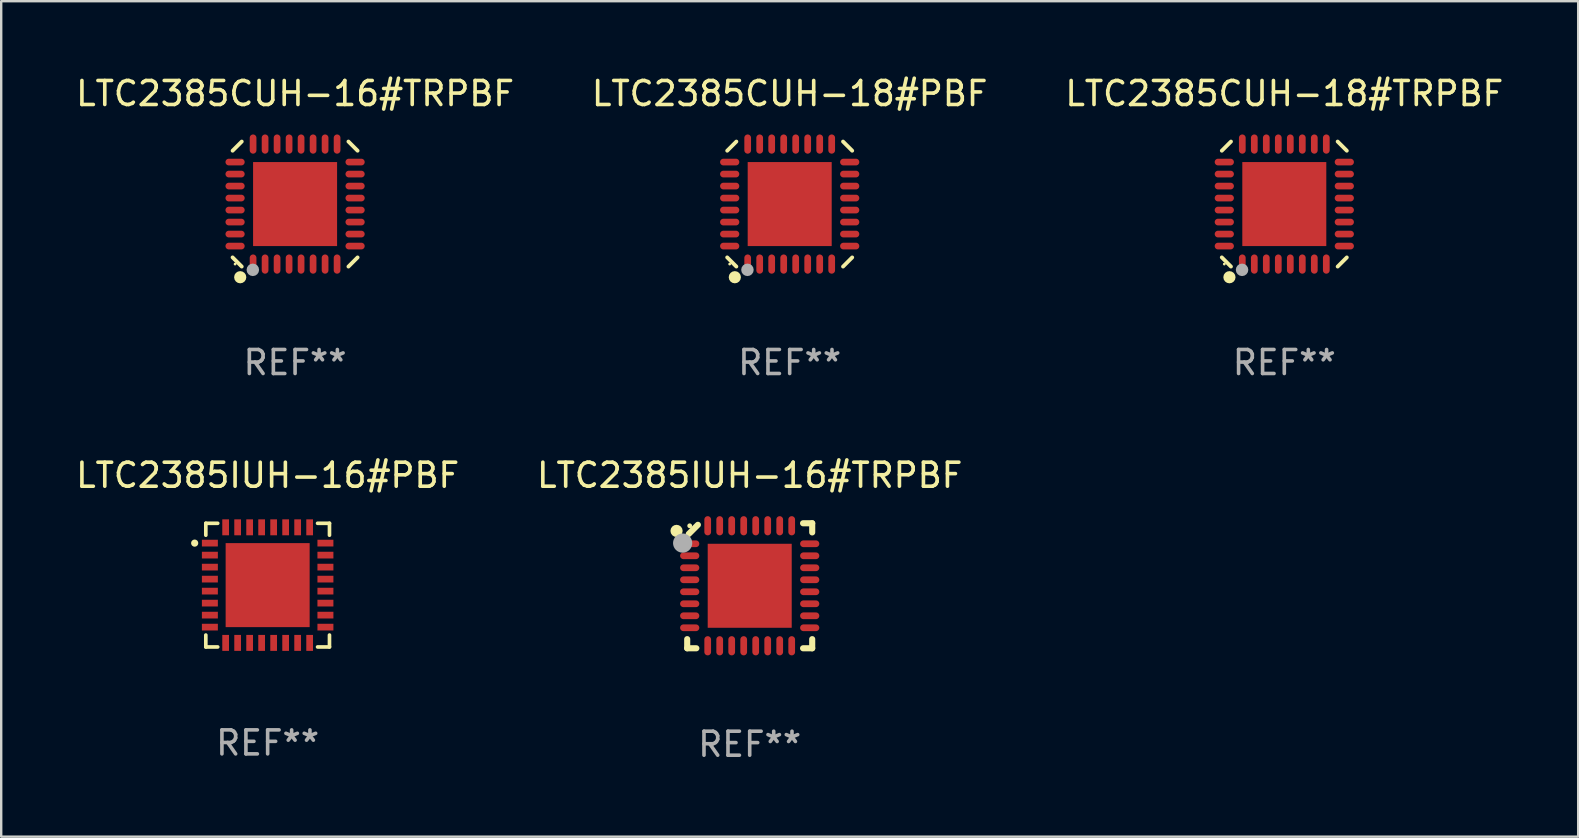
<source format=kicad_pcb>
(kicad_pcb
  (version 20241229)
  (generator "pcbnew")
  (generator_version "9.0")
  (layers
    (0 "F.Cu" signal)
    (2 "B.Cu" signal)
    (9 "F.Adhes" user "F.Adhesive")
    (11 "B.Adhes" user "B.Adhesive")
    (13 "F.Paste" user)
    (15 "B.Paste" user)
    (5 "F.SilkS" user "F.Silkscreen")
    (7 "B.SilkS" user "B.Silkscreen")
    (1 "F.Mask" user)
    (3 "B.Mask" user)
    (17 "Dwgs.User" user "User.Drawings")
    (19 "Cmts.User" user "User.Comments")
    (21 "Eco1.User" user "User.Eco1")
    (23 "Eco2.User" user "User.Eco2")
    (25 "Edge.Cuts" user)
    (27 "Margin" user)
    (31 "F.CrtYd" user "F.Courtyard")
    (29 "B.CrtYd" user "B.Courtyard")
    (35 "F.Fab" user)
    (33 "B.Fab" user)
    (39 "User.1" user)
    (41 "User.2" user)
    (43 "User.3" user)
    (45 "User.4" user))
  (footprint "LTC2385CUH-18#TRPBF"
    (layer "F.Cu")
    (at 50.458 5.452)
    (property "Reference" "LTC2385CUH-18#TRPBF" (at 0 -4.604 0) (layer "F.SilkS") (effects (font (size 1 1) (thickness 0.15))))
    (attr through_hole)
    (fp_line (start -2.223 2.603) (end -2.604 2.222) (stroke (width 0.16) (type solid)) (layer "F.SilkS"))
    (fp_line (start -2.222 -2.604) (end -2.603 -2.223) (stroke (width 0.16) (type solid)) (layer "F.SilkS"))
    (fp_line (start 2.223 -2.604) (end 2.604 -2.223) (stroke (width 0.16) (type solid)) (layer "F.SilkS"))
    (fp_line (start 2.604 2.223) (end 2.223 2.604) (stroke (width 0.16) (type solid)) (layer "F.SilkS"))
    (fp_circle (center -2.5 2.5) (end -2.47 2.5) (stroke (width 0.06) (type solid)) (fill no) (layer "F.SilkS"))
    (fp_circle (center -2.286 3.048) (end -2.159 3.048) (stroke (width 0.254) (type solid)) (fill no) (layer "F.SilkS"))
    (fp_circle (center -1.76 2.74) (end -1.63 2.74) (stroke (width 0.26) (type solid)) (fill no) (layer "F.Fab"))
    (fp_text user "REF**" (at 0 6.604 0) (layer "F.Fab") (effects (font (size 1 1) (thickness 0.15))))
    (pad "1" smd oval (at -1.75 2.5) (size 0.28 0.8) (layers "F.Cu" "F.Mask" "F.Paste"))
    (pad "2" smd oval (at -1.25 2.5) (size 0.28 0.8) (layers "F.Cu" "F.Mask" "F.Paste"))
    (pad "3" smd oval (at -0.75 2.5) (size 0.28 0.8) (layers "F.Cu" "F.Mask" "F.Paste"))
    (pad "4" smd oval (at -0.25 2.5) (size 0.28 0.8) (layers "F.Cu" "F.Mask" "F.Paste"))
    (pad "5" smd oval (at 0.25 2.5) (size 0.28 0.8) (layers "F.Cu" "F.Mask" "F.Paste"))
    (pad "6" smd oval (at 0.75 2.5) (size 0.28 0.8) (layers "F.Cu" "F.Mask" "F.Paste"))
    (pad "7" smd oval (at 1.25 2.5) (size 0.28 0.8) (layers "F.Cu" "F.Mask" "F.Paste"))
    (pad "8" smd oval (at 1.75 2.5) (size 0.28 0.8) (layers "F.Cu" "F.Mask" "F.Paste"))
    (pad "9" smd oval (at 2.5 1.75) (size 0.8 0.28) (layers "F.Cu" "F.Mask" "F.Paste"))
    (pad "10" smd oval (at 2.5 1.25) (size 0.8 0.28) (layers "F.Cu" "F.Mask" "F.Paste"))
    (pad "11" smd oval (at 2.5 0.75) (size 0.8 0.28) (layers "F.Cu" "F.Mask" "F.Paste"))
    (pad "12" smd oval (at 2.5 0.25) (size 0.8 0.28) (layers "F.Cu" "F.Mask" "F.Paste"))
    (pad "13" smd oval (at 2.5 -0.25) (size 0.8 0.28) (layers "F.Cu" "F.Mask" "F.Paste"))
    (pad "14" smd oval (at 2.5 -0.75) (size 0.8 0.28) (layers "F.Cu" "F.Mask" "F.Paste"))
    (pad "15" smd oval (at 2.5 -1.25) (size 0.8 0.28) (layers "F.Cu" "F.Mask" "F.Paste"))
    (pad "16" smd oval (at 2.5 -1.75) (size 0.8 0.28) (layers "F.Cu" "F.Mask" "F.Paste"))
    (pad "17" smd oval (at 1.75 -2.5) (size 0.28 0.8) (layers "F.Cu" "F.Mask" "F.Paste"))
    (pad "18" smd oval (at 1.25 -2.5) (size 0.28 0.8) (layers "F.Cu" "F.Mask" "F.Paste"))
    (pad "19" smd oval (at 0.75 -2.5) (size 0.28 0.8) (layers "F.Cu" "F.Mask" "F.Paste"))
    (pad "20" smd oval (at 0.25 -2.5) (size 0.28 0.8) (layers "F.Cu" "F.Mask" "F.Paste"))
    (pad "21" smd oval (at -0.25 -2.5) (size 0.28 0.8) (layers "F.Cu" "F.Mask" "F.Paste"))
    (pad "22" smd oval (at -0.75 -2.5) (size 0.28 0.8) (layers "F.Cu" "F.Mask" "F.Paste"))
    (pad "23" smd oval (at -1.25 -2.5) (size 0.28 0.8) (layers "F.Cu" "F.Mask" "F.Paste"))
    (pad "24" smd oval (at -1.75 -2.5) (size 0.28 0.8) (layers "F.Cu" "F.Mask" "F.Paste"))
    (pad "25" smd oval (at -2.5 -1.75) (size 0.8 0.28) (layers "F.Cu" "F.Mask" "F.Paste"))
    (pad "26" smd oval (at -2.5 -1.25) (size 0.8 0.28) (layers "F.Cu" "F.Mask" "F.Paste"))
    (pad "27" smd oval (at -2.5 -0.75) (size 0.8 0.28) (layers "F.Cu" "F.Mask" "F.Paste"))
    (pad "28" smd oval (at -2.5 -0.25) (size 0.8 0.28) (layers "F.Cu" "F.Mask" "F.Paste"))
    (pad "29" smd oval (at -2.5 0.25) (size 0.8 0.28) (layers "F.Cu" "F.Mask" "F.Paste"))
    (pad "30" smd oval (at -2.5 0.75) (size 0.8 0.28) (layers "F.Cu" "F.Mask" "F.Paste"))
    (pad "31" smd oval (at -2.5 1.25) (size 0.8 0.28) (layers "F.Cu" "F.Mask" "F.Paste"))
    (pad "32" smd oval (at -2.5 1.75) (size 0.8 0.28) (layers "F.Cu" "F.Mask" "F.Paste"))
    (pad "33" smd rect (at 0.000038 -0.000025) (size 3.5 3.5) (layers "F.Cu" "F.Mask" "F.Paste")))
  (footprint "LTC2385IUH-16#TRPBF"
    (layer "F.Cu")
    (at 28.185 21.355)
    (property "Reference" "LTC2385IUH-16#TRPBF" (at 0 -4.604 0) (layer "F.SilkS") (effects (font (size 1 1) (thickness 0.15))))
    (attr through_hole)
    (fp_line (start -2.604 2.223) (end -2.604 2.604) (stroke (width 0.254) (type solid)) (layer "F.SilkS"))
    (fp_line (start -2.604 2.604) (end -2.223 2.604) (stroke (width 0.254) (type solid)) (layer "F.SilkS"))
    (fp_line (start -2.159 -2.54) (end -2.54 -2.159) (stroke (width 0.254) (type solid)) (layer "F.SilkS"))
    (fp_line (start 2.223 2.604) (end 2.604 2.604) (stroke (width 0.254) (type solid)) (layer "F.SilkS"))
    (fp_line (start 2.604 -2.604) (end 2.223 -2.604) (stroke (width 0.254) (type solid)) (layer "F.SilkS"))
    (fp_line (start 2.604 -2.223) (end 2.604 -2.604) (stroke (width 0.254) (type solid)) (layer "F.SilkS"))
    (fp_line (start 2.604 2.604) (end 2.604 2.223) (stroke (width 0.254) (type solid)) (layer "F.SilkS"))
    (fp_circle (center -3.048 -2.286) (end -2.921 -2.286) (stroke (width 0.254) (type solid)) (fill no) (layer "F.SilkS"))
    (fp_circle (center -2.5 -2.5) (end -2.45 -2.5) (stroke (width 0.1) (type solid)) (fill no) (layer "F.SilkS"))
    (fp_circle (center -2.794 -1.778) (end -2.594 -1.778) (stroke (width 0.4) (type solid)) (fill no) (layer "F.Fab"))
    (fp_text user "REF**" (at 0 6.604 0) (layer "F.Fab") (effects (font (size 1 1) (thickness 0.15))))
    (pad "1" smd oval (at -2.5 -1.75) (size 0.8 0.28) (layers "F.Cu" "F.Mask" "F.Paste"))
    (pad "2" smd oval (at -2.5 -1.25) (size 0.8 0.28) (layers "F.Cu" "F.Mask" "F.Paste"))
    (pad "3" smd oval (at -2.5 -0.75) (size 0.8 0.28) (layers "F.Cu" "F.Mask" "F.Paste"))
    (pad "4" smd oval (at -2.5 -0.25) (size 0.8 0.28) (layers "F.Cu" "F.Mask" "F.Paste"))
    (pad "5" smd oval (at -2.5 0.25) (size 0.8 0.28) (layers "F.Cu" "F.Mask" "F.Paste"))
    (pad "6" smd oval (at -2.5 0.75) (size 0.8 0.28) (layers "F.Cu" "F.Mask" "F.Paste"))
    (pad "7" smd oval (at -2.5 1.25) (size 0.8 0.28) (layers "F.Cu" "F.Mask" "F.Paste"))
    (pad "8" smd oval (at -2.5 1.75) (size 0.8 0.28) (layers "F.Cu" "F.Mask" "F.Paste"))
    (pad "9" smd oval (at -1.75 2.5) (size 0.28 0.8) (layers "F.Cu" "F.Mask" "F.Paste"))
    (pad "10" smd oval (at -1.25 2.5) (size 0.28 0.8) (layers "F.Cu" "F.Mask" "F.Paste"))
    (pad "11" smd oval (at -0.75 2.5) (size 0.28 0.8) (layers "F.Cu" "F.Mask" "F.Paste"))
    (pad "12" smd oval (at -0.25 2.5) (size 0.28 0.8) (layers "F.Cu" "F.Mask" "F.Paste"))
    (pad "13" smd oval (at 0.25 2.5) (size 0.28 0.8) (layers "F.Cu" "F.Mask" "F.Paste"))
    (pad "14" smd oval (at 0.75 2.5) (size 0.28 0.8) (layers "F.Cu" "F.Mask" "F.Paste"))
    (pad "15" smd oval (at 1.25 2.5) (size 0.28 0.8) (layers "F.Cu" "F.Mask" "F.Paste"))
    (pad "16" smd oval (at 1.75 2.5) (size 0.28 0.8) (layers "F.Cu" "F.Mask" "F.Paste"))
    (pad "17" smd oval (at 2.5 1.75) (size 0.8 0.28) (layers "F.Cu" "F.Mask" "F.Paste"))
    (pad "18" smd oval (at 2.5 1.25) (size 0.8 0.28) (layers "F.Cu" "F.Mask" "F.Paste"))
    (pad "19" smd oval (at 2.5 0.75) (size 0.8 0.28) (layers "F.Cu" "F.Mask" "F.Paste"))
    (pad "20" smd oval (at 2.5 0.25) (size 0.8 0.28) (layers "F.Cu" "F.Mask" "F.Paste"))
    (pad "21" smd oval (at 2.5 -0.25) (size 0.8 0.28) (layers "F.Cu" "F.Mask" "F.Paste"))
    (pad "22" smd oval (at 2.5 -0.75) (size 0.8 0.28) (layers "F.Cu" "F.Mask" "F.Paste"))
    (pad "23" smd oval (at 2.5 -1.25) (size 0.8 0.28) (layers "F.Cu" "F.Mask" "F.Paste"))
    (pad "24" smd oval (at 2.5 -1.75) (size 0.8 0.28) (layers "F.Cu" "F.Mask" "F.Paste"))
    (pad "25" smd oval (at 1.75 -2.5) (size 0.28 0.8) (layers "F.Cu" "F.Mask" "F.Paste"))
    (pad "26" smd oval (at 1.25 -2.5) (size 0.28 0.8) (layers "F.Cu" "F.Mask" "F.Paste"))
    (pad "27" smd oval (at 0.75 -2.5) (size 0.28 0.8) (layers "F.Cu" "F.Mask" "F.Paste"))
    (pad "28" smd oval (at 0.25 -2.5) (size 0.28 0.8) (layers "F.Cu" "F.Mask" "F.Paste"))
    (pad "29" smd oval (at -0.25 -2.5) (size 0.28 0.8) (layers "F.Cu" "F.Mask" "F.Paste"))
    (pad "30" smd oval (at -0.75 -2.5) (size 0.28 0.8) (layers "F.Cu" "F.Mask" "F.Paste"))
    (pad "31" smd oval (at -1.25 -2.5) (size 0.28 0.8) (layers "F.Cu" "F.Mask" "F.Paste"))
    (pad "32" smd oval (at -1.75 -2.5) (size 0.28 0.8) (layers "F.Cu" "F.Mask" "F.Paste"))
    (pad "33" smd rect (at 0.000076 0.000076) (size 3.5 3.5) (layers "F.Cu" "F.Mask" "F.Paste")))
  (footprint "LTC2385IUH-16#PBF"
    (layer "F.Cu")
    (at 8.101 21.328)
    (property "Reference" "LTC2385IUH-16#PBF" (at 0 -4.576 0) (layer "F.SilkS") (effects (font (size 1 1) (thickness 0.15))))
    (attr through_hole)
    (fp_line (start -2.576 -2.576) (end -2.576 -2.08) (stroke (width 0.152) (type solid)) (layer "F.SilkS"))
    (fp_line (start -2.576 2.576) (end -2.576 2.08) (stroke (width 0.152) (type solid)) (layer "F.SilkS"))
    (fp_line (start -2.08 -2.576) (end -2.576 -2.576) (stroke (width 0.152) (type solid)) (layer "F.SilkS"))
    (fp_line (start -2.08 2.576) (end -2.576 2.576) (stroke (width 0.152) (type solid)) (layer "F.SilkS"))
    (fp_line (start 2.08 -2.576) (end 2.576 -2.576) (stroke (width 0.152) (type solid)) (layer "F.SilkS"))
    (fp_line (start 2.08 2.576) (end 2.576 2.576) (stroke (width 0.152) (type solid)) (layer "F.SilkS"))
    (fp_line (start 2.576 -2.576) (end 2.576 -2.08) (stroke (width 0.152) (type solid)) (layer "F.SilkS"))
    (fp_line (start 2.576 2.576) (end 2.576 2.08) (stroke (width 0.152) (type solid)) (layer "F.SilkS"))
    (fp_circle (center -3.04 -1.75) (end -2.965 -1.75) (stroke (width 0.15) (type solid)) (fill no) (layer "F.SilkS"))
    (fp_text user "REF**" (at 0 6.576 0) (layer "F.Fab") (effects (font (size 1 1) (thickness 0.15))))
    (pad "1" smd rect (at -2.407 -1.75) (size 0.665 0.28) (layers "F.Cu" "F.Mask" "F.Paste"))
    (pad "2" smd rect (at -2.407 -1.25) (size 0.665 0.28) (layers "F.Cu" "F.Mask" "F.Paste"))
    (pad "3" smd rect (at -2.407 -0.75) (size 0.665 0.28) (layers "F.Cu" "F.Mask" "F.Paste"))
    (pad "4" smd rect (at -2.407 -0.25) (size 0.665 0.28) (layers "F.Cu" "F.Mask" "F.Paste"))
    (pad "5" smd rect (at -2.407 0.25) (size 0.665 0.28) (layers "F.Cu" "F.Mask" "F.Paste"))
    (pad "6" smd rect (at -2.407 0.75) (size 0.665 0.28) (layers "F.Cu" "F.Mask" "F.Paste"))
    (pad "7" smd rect (at -2.407 1.25) (size 0.665 0.28) (layers "F.Cu" "F.Mask" "F.Paste"))
    (pad "8" smd rect (at -2.407 1.75) (size 0.665 0.28) (layers "F.Cu" "F.Mask" "F.Paste"))
    (pad "9" smd rect (at -1.75 2.407) (size 0.28 0.665) (layers "F.Cu" "F.Mask" "F.Paste"))
    (pad "10" smd rect (at -1.25 2.407) (size 0.28 0.665) (layers "F.Cu" "F.Mask" "F.Paste"))
    (pad "11" smd rect (at -0.75 2.407) (size 0.28 0.665) (layers "F.Cu" "F.Mask" "F.Paste"))
    (pad "12" smd rect (at -0.25 2.407) (size 0.28 0.665) (layers "F.Cu" "F.Mask" "F.Paste"))
    (pad "13" smd rect (at 0.25 2.407) (size 0.28 0.665) (layers "F.Cu" "F.Mask" "F.Paste"))
    (pad "14" smd rect (at 0.75 2.407) (size 0.28 0.665) (layers "F.Cu" "F.Mask" "F.Paste"))
    (pad "15" smd rect (at 1.25 2.407) (size 0.28 0.665) (layers "F.Cu" "F.Mask" "F.Paste"))
    (pad "16" smd rect (at 1.75 2.407) (size 0.28 0.665) (layers "F.Cu" "F.Mask" "F.Paste"))
    (pad "17" smd rect (at 2.407 1.75) (size 0.665 0.28) (layers "F.Cu" "F.Mask" "F.Paste"))
    (pad "18" smd rect (at 2.407 1.25) (size 0.665 0.28) (layers "F.Cu" "F.Mask" "F.Paste"))
    (pad "19" smd rect (at 2.407 0.75) (size 0.665 0.28) (layers "F.Cu" "F.Mask" "F.Paste"))
    (pad "20" smd rect (at 2.407 0.25) (size 0.665 0.28) (layers "F.Cu" "F.Mask" "F.Paste"))
    (pad "21" smd rect (at 2.407 -0.25) (size 0.665 0.28) (layers "F.Cu" "F.Mask" "F.Paste"))
    (pad "22" smd rect (at 2.407 -0.75) (size 0.665 0.28) (layers "F.Cu" "F.Mask" "F.Paste"))
    (pad "23" smd rect (at 2.407 -1.25) (size 0.665 0.28) (layers "F.Cu" "F.Mask" "F.Paste"))
    (pad "24" smd rect (at 2.407 -1.75) (size 0.665 0.28) (layers "F.Cu" "F.Mask" "F.Paste"))
    (pad "25" smd rect (at 1.75 -2.408) (size 0.28 0.665) (layers "F.Cu" "F.Mask" "F.Paste"))
    (pad "26" smd rect (at 1.25 -2.408) (size 0.28 0.665) (layers "F.Cu" "F.Mask" "F.Paste"))
    (pad "27" smd rect (at 0.75 -2.408) (size 0.28 0.665) (layers "F.Cu" "F.Mask" "F.Paste"))
    (pad "28" smd rect (at 0.25 -2.408) (size 0.28 0.665) (layers "F.Cu" "F.Mask" "F.Paste"))
    (pad "29" smd rect (at -0.25 -2.408) (size 0.28 0.665) (layers "F.Cu" "F.Mask" "F.Paste"))
    (pad "30" smd rect (at -0.75 -2.408) (size 0.28 0.665) (layers "F.Cu" "F.Mask" "F.Paste"))
    (pad "31" smd rect (at -1.25 -2.408) (size 0.28 0.665) (layers "F.Cu" "F.Mask" "F.Paste"))
    (pad "32" smd rect (at -1.75 -2.408) (size 0.28 0.665) (layers "F.Cu" "F.Mask" "F.Paste"))
    (pad "33" smd rect (at -0.000076 -0.000102) (size 3.5 3.5) (layers "F.Cu" "F.Mask" "F.Paste")))
  (footprint "LTC2385CUH-18#PBF"
    (layer "F.Cu")
    (at 29.851 5.452)
    (property "Reference" "LTC2385CUH-18#PBF" (at 0 -4.604 0) (layer "F.SilkS") (effects (font (size 1 1) (thickness 0.15))))
    (attr through_hole)
    (fp_line (start -2.223 2.603) (end -2.604 2.222) (stroke (width 0.16) (type solid)) (layer "F.SilkS"))
    (fp_line (start -2.222 -2.604) (end -2.603 -2.223) (stroke (width 0.16) (type solid)) (layer "F.SilkS"))
    (fp_line (start 2.223 -2.604) (end 2.604 -2.223) (stroke (width 0.16) (type solid)) (layer "F.SilkS"))
    (fp_line (start 2.604 2.223) (end 2.223 2.604) (stroke (width 0.16) (type solid)) (layer "F.SilkS"))
    (fp_circle (center -2.5 2.5) (end -2.47 2.5) (stroke (width 0.06) (type solid)) (fill no) (layer "F.SilkS"))
    (fp_circle (center -2.286 3.048) (end -2.159 3.048) (stroke (width 0.254) (type solid)) (fill no) (layer "F.SilkS"))
    (fp_circle (center -1.76 2.74) (end -1.63 2.74) (stroke (width 0.26) (type solid)) (fill no) (layer "F.Fab"))
    (fp_text user "REF**" (at 0 6.604 0) (layer "F.Fab") (effects (font (size 1 1) (thickness 0.15))))
    (pad "1" smd oval (at -1.75 2.5) (size 0.28 0.8) (layers "F.Cu" "F.Mask" "F.Paste"))
    (pad "2" smd oval (at -1.25 2.5) (size 0.28 0.8) (layers "F.Cu" "F.Mask" "F.Paste"))
    (pad "3" smd oval (at -0.75 2.5) (size 0.28 0.8) (layers "F.Cu" "F.Mask" "F.Paste"))
    (pad "4" smd oval (at -0.25 2.5) (size 0.28 0.8) (layers "F.Cu" "F.Mask" "F.Paste"))
    (pad "5" smd oval (at 0.25 2.5) (size 0.28 0.8) (layers "F.Cu" "F.Mask" "F.Paste"))
    (pad "6" smd oval (at 0.75 2.5) (size 0.28 0.8) (layers "F.Cu" "F.Mask" "F.Paste"))
    (pad "7" smd oval (at 1.25 2.5) (size 0.28 0.8) (layers "F.Cu" "F.Mask" "F.Paste"))
    (pad "8" smd oval (at 1.75 2.5) (size 0.28 0.8) (layers "F.Cu" "F.Mask" "F.Paste"))
    (pad "9" smd oval (at 2.5 1.75) (size 0.8 0.28) (layers "F.Cu" "F.Mask" "F.Paste"))
    (pad "10" smd oval (at 2.5 1.25) (size 0.8 0.28) (layers "F.Cu" "F.Mask" "F.Paste"))
    (pad "11" smd oval (at 2.5 0.75) (size 0.8 0.28) (layers "F.Cu" "F.Mask" "F.Paste"))
    (pad "12" smd oval (at 2.5 0.25) (size 0.8 0.28) (layers "F.Cu" "F.Mask" "F.Paste"))
    (pad "13" smd oval (at 2.5 -0.25) (size 0.8 0.28) (layers "F.Cu" "F.Mask" "F.Paste"))
    (pad "14" smd oval (at 2.5 -0.75) (size 0.8 0.28) (layers "F.Cu" "F.Mask" "F.Paste"))
    (pad "15" smd oval (at 2.5 -1.25) (size 0.8 0.28) (layers "F.Cu" "F.Mask" "F.Paste"))
    (pad "16" smd oval (at 2.5 -1.75) (size 0.8 0.28) (layers "F.Cu" "F.Mask" "F.Paste"))
    (pad "17" smd oval (at 1.75 -2.5) (size 0.28 0.8) (layers "F.Cu" "F.Mask" "F.Paste"))
    (pad "18" smd oval (at 1.25 -2.5) (size 0.28 0.8) (layers "F.Cu" "F.Mask" "F.Paste"))
    (pad "19" smd oval (at 0.75 -2.5) (size 0.28 0.8) (layers "F.Cu" "F.Mask" "F.Paste"))
    (pad "20" smd oval (at 0.25 -2.5) (size 0.28 0.8) (layers "F.Cu" "F.Mask" "F.Paste"))
    (pad "21" smd oval (at -0.25 -2.5) (size 0.28 0.8) (layers "F.Cu" "F.Mask" "F.Paste"))
    (pad "22" smd oval (at -0.75 -2.5) (size 0.28 0.8) (layers "F.Cu" "F.Mask" "F.Paste"))
    (pad "23" smd oval (at -1.25 -2.5) (size 0.28 0.8) (layers "F.Cu" "F.Mask" "F.Paste"))
    (pad "24" smd oval (at -1.75 -2.5) (size 0.28 0.8) (layers "F.Cu" "F.Mask" "F.Paste"))
    (pad "25" smd oval (at -2.5 -1.75) (size 0.8 0.28) (layers "F.Cu" "F.Mask" "F.Paste"))
    (pad "26" smd oval (at -2.5 -1.25) (size 0.8 0.28) (layers "F.Cu" "F.Mask" "F.Paste"))
    (pad "27" smd oval (at -2.5 -0.75) (size 0.8 0.28) (layers "F.Cu" "F.Mask" "F.Paste"))
    (pad "28" smd oval (at -2.5 -0.25) (size 0.8 0.28) (layers "F.Cu" "F.Mask" "F.Paste"))
    (pad "29" smd oval (at -2.5 0.25) (size 0.8 0.28) (layers "F.Cu" "F.Mask" "F.Paste"))
    (pad "30" smd oval (at -2.5 0.75) (size 0.8 0.28) (layers "F.Cu" "F.Mask" "F.Paste"))
    (pad "31" smd oval (at -2.5 1.25) (size 0.8 0.28) (layers "F.Cu" "F.Mask" "F.Paste"))
    (pad "32" smd oval (at -2.5 1.75) (size 0.8 0.28) (layers "F.Cu" "F.Mask" "F.Paste"))
    (pad "33" smd rect (at 0.000038 -0.000025) (size 3.5 3.5) (layers "F.Cu" "F.Mask" "F.Paste")))
  (footprint "LTC2385CUH-16#TRPBF"
    (layer "F.Cu")
    (at 9.244 5.452)
    (property "Reference" "LTC2385CUH-16#TRPBF" (at 0 -4.604 0) (layer "F.SilkS") (effects (font (size 1 1) (thickness 0.15))))
    (attr through_hole)
    (fp_line (start -2.223 2.603) (end -2.604 2.222) (stroke (width 0.16) (type solid)) (layer "F.SilkS"))
    (fp_line (start -2.222 -2.604) (end -2.603 -2.223) (stroke (width 0.16) (type solid)) (layer "F.SilkS"))
    (fp_line (start 2.223 -2.604) (end 2.604 -2.223) (stroke (width 0.16) (type solid)) (layer "F.SilkS"))
    (fp_line (start 2.604 2.223) (end 2.223 2.604) (stroke (width 0.16) (type solid)) (layer "F.SilkS"))
    (fp_circle (center -2.5 2.5) (end -2.47 2.5) (stroke (width 0.06) (type solid)) (fill no) (layer "F.SilkS"))
    (fp_circle (center -2.286 3.048) (end -2.159 3.048) (stroke (width 0.254) (type solid)) (fill no) (layer "F.SilkS"))
    (fp_circle (center -1.76 2.74) (end -1.63 2.74) (stroke (width 0.26) (type solid)) (fill no) (layer "F.Fab"))
    (fp_text user "REF**" (at 0 6.604 0) (layer "F.Fab") (effects (font (size 1 1) (thickness 0.15))))
    (pad "1" smd oval (at -1.75 2.5) (size 0.28 0.8) (layers "F.Cu" "F.Mask" "F.Paste"))
    (pad "2" smd oval (at -1.25 2.5) (size 0.28 0.8) (layers "F.Cu" "F.Mask" "F.Paste"))
    (pad "3" smd oval (at -0.75 2.5) (size 0.28 0.8) (layers "F.Cu" "F.Mask" "F.Paste"))
    (pad "4" smd oval (at -0.25 2.5) (size 0.28 0.8) (layers "F.Cu" "F.Mask" "F.Paste"))
    (pad "5" smd oval (at 0.25 2.5) (size 0.28 0.8) (layers "F.Cu" "F.Mask" "F.Paste"))
    (pad "6" smd oval (at 0.75 2.5) (size 0.28 0.8) (layers "F.Cu" "F.Mask" "F.Paste"))
    (pad "7" smd oval (at 1.25 2.5) (size 0.28 0.8) (layers "F.Cu" "F.Mask" "F.Paste"))
    (pad "8" smd oval (at 1.75 2.5) (size 0.28 0.8) (layers "F.Cu" "F.Mask" "F.Paste"))
    (pad "9" smd oval (at 2.5 1.75) (size 0.8 0.28) (layers "F.Cu" "F.Mask" "F.Paste"))
    (pad "10" smd oval (at 2.5 1.25) (size 0.8 0.28) (layers "F.Cu" "F.Mask" "F.Paste"))
    (pad "11" smd oval (at 2.5 0.75) (size 0.8 0.28) (layers "F.Cu" "F.Mask" "F.Paste"))
    (pad "12" smd oval (at 2.5 0.25) (size 0.8 0.28) (layers "F.Cu" "F.Mask" "F.Paste"))
    (pad "13" smd oval (at 2.5 -0.25) (size 0.8 0.28) (layers "F.Cu" "F.Mask" "F.Paste"))
    (pad "14" smd oval (at 2.5 -0.75) (size 0.8 0.28) (layers "F.Cu" "F.Mask" "F.Paste"))
    (pad "15" smd oval (at 2.5 -1.25) (size 0.8 0.28) (layers "F.Cu" "F.Mask" "F.Paste"))
    (pad "16" smd oval (at 2.5 -1.75) (size 0.8 0.28) (layers "F.Cu" "F.Mask" "F.Paste"))
    (pad "17" smd oval (at 1.75 -2.5) (size 0.28 0.8) (layers "F.Cu" "F.Mask" "F.Paste"))
    (pad "18" smd oval (at 1.25 -2.5) (size 0.28 0.8) (layers "F.Cu" "F.Mask" "F.Paste"))
    (pad "19" smd oval (at 0.75 -2.5) (size 0.28 0.8) (layers "F.Cu" "F.Mask" "F.Paste"))
    (pad "20" smd oval (at 0.25 -2.5) (size 0.28 0.8) (layers "F.Cu" "F.Mask" "F.Paste"))
    (pad "21" smd oval (at -0.25 -2.5) (size 0.28 0.8) (layers "F.Cu" "F.Mask" "F.Paste"))
    (pad "22" smd oval (at -0.75 -2.5) (size 0.28 0.8) (layers "F.Cu" "F.Mask" "F.Paste"))
    (pad "23" smd oval (at -1.25 -2.5) (size 0.28 0.8) (layers "F.Cu" "F.Mask" "F.Paste"))
    (pad "24" smd oval (at -1.75 -2.5) (size 0.28 0.8) (layers "F.Cu" "F.Mask" "F.Paste"))
    (pad "25" smd oval (at -2.5 -1.75) (size 0.8 0.28) (layers "F.Cu" "F.Mask" "F.Paste"))
    (pad "26" smd oval (at -2.5 -1.25) (size 0.8 0.28) (layers "F.Cu" "F.Mask" "F.Paste"))
    (pad "27" smd oval (at -2.5 -0.75) (size 0.8 0.28) (layers "F.Cu" "F.Mask" "F.Paste"))
    (pad "28" smd oval (at -2.5 -0.25) (size 0.8 0.28) (layers "F.Cu" "F.Mask" "F.Paste"))
    (pad "29" smd oval (at -2.5 0.25) (size 0.8 0.28) (layers "F.Cu" "F.Mask" "F.Paste"))
    (pad "30" smd oval (at -2.5 0.75) (size 0.8 0.28) (layers "F.Cu" "F.Mask" "F.Paste"))
    (pad "31" smd oval (at -2.5 1.25) (size 0.8 0.28) (layers "F.Cu" "F.Mask" "F.Paste"))
    (pad "32" smd oval (at -2.5 1.75) (size 0.8 0.28) (layers "F.Cu" "F.Mask" "F.Paste"))
    (pad "33" smd rect (at 0.000038 -0.000025) (size 3.5 3.5) (layers "F.Cu" "F.Mask" "F.Paste")))
  (gr_rect
    (start -3 -3)
    (end 62.702 31.807)
    (stroke (width 0.1) (type default))
    (fill no)
    (layer "Edge.Cuts")))
</source>
